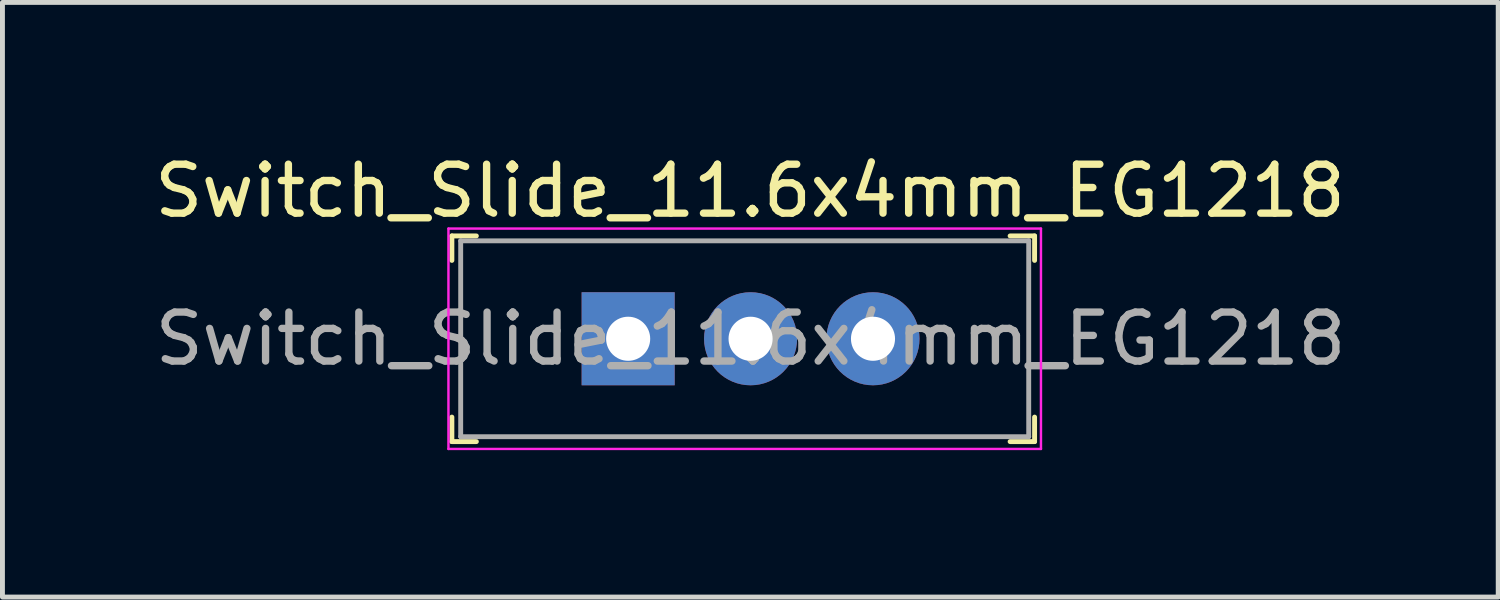
<source format=kicad_pcb>
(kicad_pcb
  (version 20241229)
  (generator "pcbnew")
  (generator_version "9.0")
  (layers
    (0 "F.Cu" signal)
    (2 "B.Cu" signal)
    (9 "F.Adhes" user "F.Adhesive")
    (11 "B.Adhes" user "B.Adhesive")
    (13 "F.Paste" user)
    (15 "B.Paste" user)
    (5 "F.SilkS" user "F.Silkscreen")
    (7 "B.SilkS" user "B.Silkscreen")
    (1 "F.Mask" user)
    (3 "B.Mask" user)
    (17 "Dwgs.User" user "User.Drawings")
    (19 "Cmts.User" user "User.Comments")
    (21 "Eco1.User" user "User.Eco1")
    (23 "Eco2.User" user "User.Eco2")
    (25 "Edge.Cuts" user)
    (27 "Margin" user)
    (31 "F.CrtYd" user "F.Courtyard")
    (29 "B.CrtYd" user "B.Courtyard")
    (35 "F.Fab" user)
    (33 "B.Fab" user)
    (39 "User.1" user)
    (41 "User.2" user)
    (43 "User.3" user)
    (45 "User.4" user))
  (footprint "Switch_Slide_11.6x4mm_EG1218"
    (layer "F.Cu")
    (at 9.778 3.868)
    (property "Reference" "Switch_Slide_11.6x4mm_EG1218" (at 2.49 -3.02 0) (layer "F.SilkS") (effects (font (size 1 1) (thickness 0.15))))
    (attr through_hole)
    (fp_line (start -3.6 -2.1) (end -3.6 -1.6) (stroke (width 0.1) (type solid)) (layer "F.SilkS"))
    (fp_line (start -3.6 -2.1) (end -3.1 -2.1) (stroke (width 0.1) (type solid)) (layer "F.SilkS"))
    (fp_line (start -3.6 2.1) (end -3.6 1.6) (stroke (width 0.1) (type solid)) (layer "F.SilkS"))
    (fp_line (start -3.6 2.1) (end -3.1 2.1) (stroke (width 0.1) (type solid)) (layer "F.SilkS"))
    (fp_line (start 8.3 -2.1) (end 7.8 -2.1) (stroke (width 0.1) (type solid)) (layer "F.SilkS"))
    (fp_line (start 8.3 -2.1) (end 8.3 -1.6) (stroke (width 0.1) (type solid)) (layer "F.SilkS"))
    (fp_line (start 8.3 2.1) (end 7.8 2.1) (stroke (width 0.1) (type solid)) (layer "F.SilkS"))
    (fp_line (start 8.3 2.1) (end 8.3 1.6) (stroke (width 0.1) (type solid)) (layer "F.SilkS"))
    (fp_line (start -3.67 -2.25) (end 8.43 -2.25) (stroke (width 0.05) (type solid)) (layer "F.CrtYd"))
    (fp_line (start -3.67 2.25) (end -3.67 -2.25) (stroke (width 0.05) (type solid)) (layer "F.CrtYd"))
    (fp_line (start -3.67 2.25) (end 8.43 2.25) (stroke (width 0.05) (type solid)) (layer "F.CrtYd"))
    (fp_line (start 8.43 2.25) (end 8.43 -2.25) (stroke (width 0.05) (type solid)) (layer "F.CrtYd"))
    (fp_line (start -3.42 -2) (end 8.18 -2) (stroke (width 0.1) (type solid)) (layer "F.Fab"))
    (fp_line (start -3.42 2) (end -3.42 -2) (stroke (width 0.1) (type solid)) (layer "F.Fab"))
    (fp_line (start -3.42 2) (end 8.18 2) (stroke (width 0.1) (type solid)) (layer "F.Fab"))
    (fp_line (start 8.18 2) (end 8.18 -2) (stroke (width 0.1) (type solid)) (layer "F.Fab"))
    (fp_text user "${REFERENCE}" (at 2.5 0 0) (layer "F.Fab") (effects (font (size 1 1) (thickness 0.15))))
    (pad "1" thru_hole rect (at 0 0) (size 1.9 1.9) (drill 0.9) (layers "*.Cu" "*.Mask"))
    (pad "2" thru_hole circle (at 2.5 0) (size 1.9 1.9) (drill 0.9) (layers "*.Cu" "*.Mask"))
    (pad "3" thru_hole circle (at 5 0) (size 1.9 1.9) (drill 0.9) (layers "*.Cu" "*.Mask")))
  (gr_rect
    (start -3 -3)
    (end 27.546 9.143)
    (stroke (width 0.1) (type default))
    (fill no)
    (layer "Edge.Cuts")))
</source>
